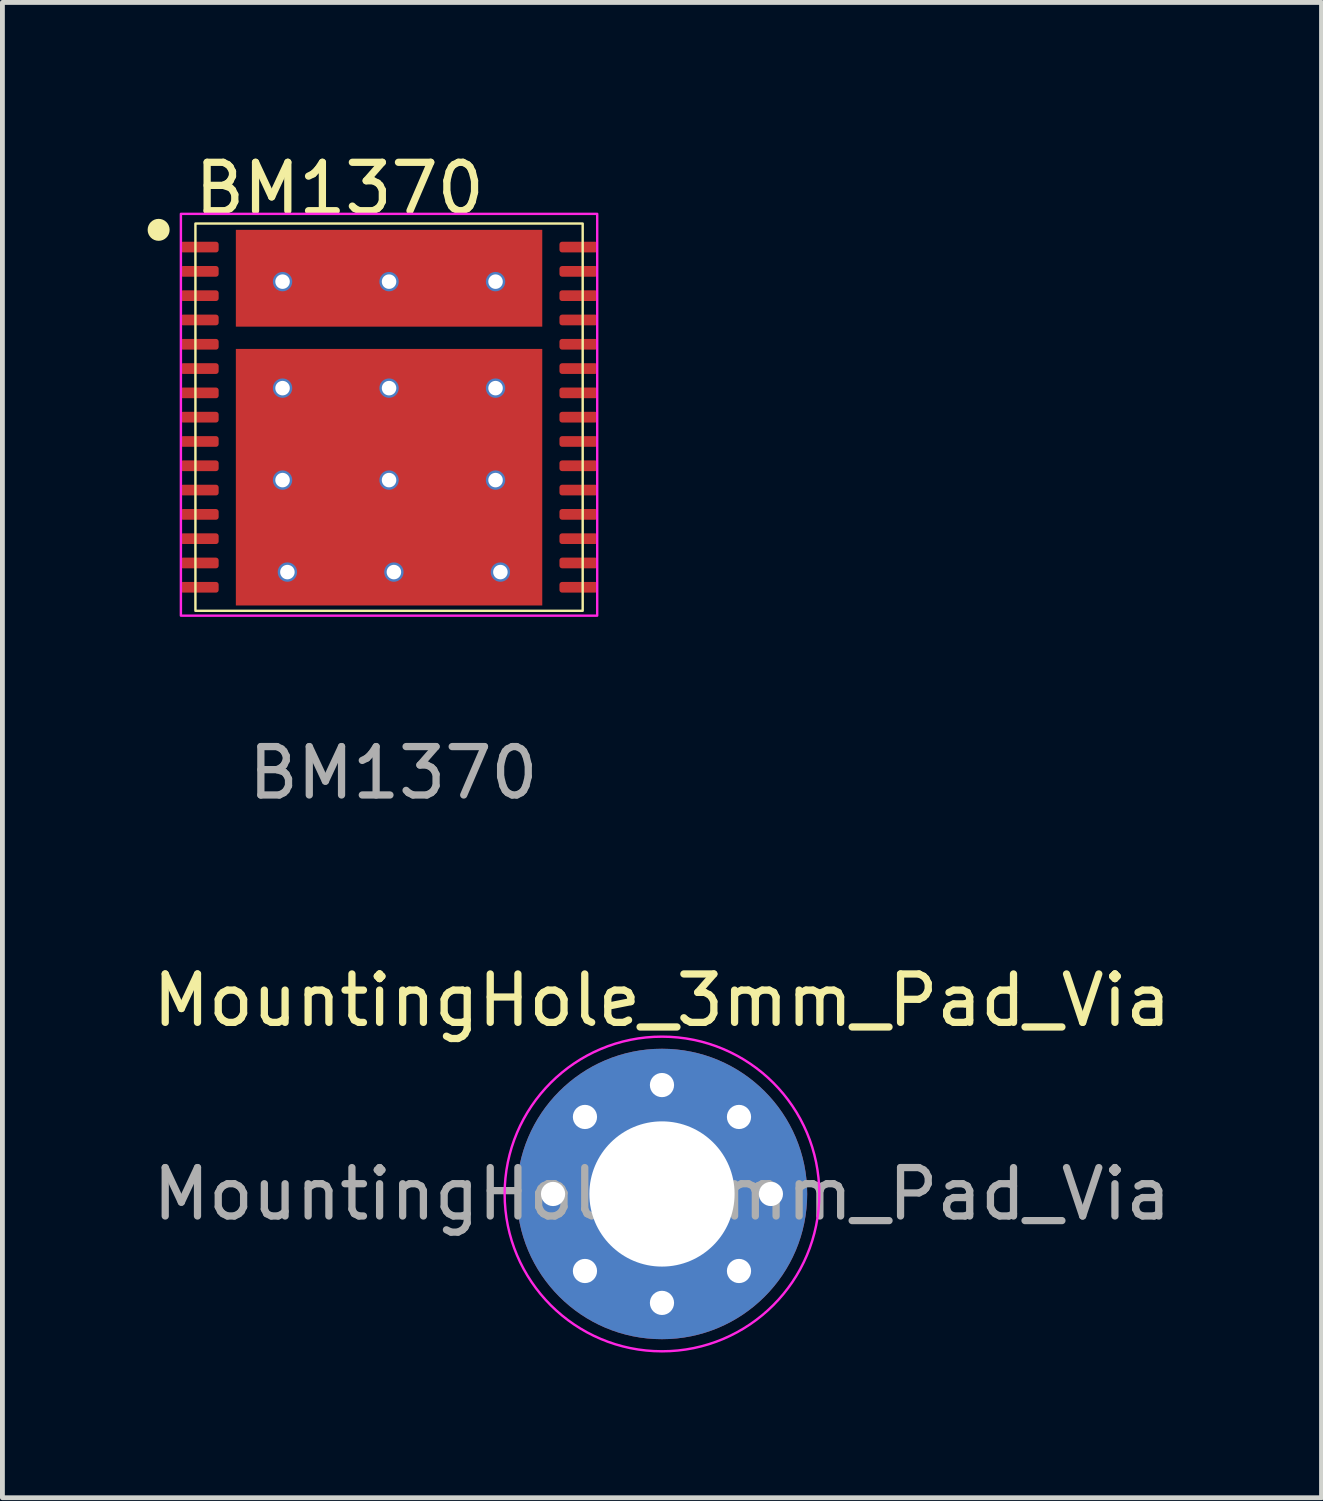
<source format=kicad_pcb>
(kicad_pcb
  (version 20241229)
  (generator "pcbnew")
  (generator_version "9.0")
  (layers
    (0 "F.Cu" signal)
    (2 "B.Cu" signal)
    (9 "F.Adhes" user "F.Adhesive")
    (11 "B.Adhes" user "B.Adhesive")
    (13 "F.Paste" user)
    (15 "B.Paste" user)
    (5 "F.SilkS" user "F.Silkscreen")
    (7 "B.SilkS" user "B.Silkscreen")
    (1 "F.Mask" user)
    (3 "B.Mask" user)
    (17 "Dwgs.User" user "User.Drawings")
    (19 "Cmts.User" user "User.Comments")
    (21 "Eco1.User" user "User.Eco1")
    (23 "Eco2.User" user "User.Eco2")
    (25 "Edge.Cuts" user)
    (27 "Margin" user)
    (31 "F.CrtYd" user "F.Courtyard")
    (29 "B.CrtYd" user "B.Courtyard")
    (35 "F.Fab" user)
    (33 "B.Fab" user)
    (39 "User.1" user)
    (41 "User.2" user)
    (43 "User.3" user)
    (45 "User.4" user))
  (footprint "MountingHole_3mm_Pad_Via"
    (layer "F.Cu")
    (at 10.625 21.615)
    (property "Reference" "MountingHole_3mm_Pad_Via" (at 0 -4 0) (layer "F.SilkS") (effects (font (size 1 1) (thickness 0.15))))
    (attr exclude_from_pos_files exclude_from_bom)
    (fp_circle (center 0 0) (end 1.5 0) (stroke (width 0.001) (type solid)) (fill no) (layer "Cmts.User"))
    (fp_circle (center 0 0) (end 3.25 0) (stroke (width 0.05) (type solid)) (fill no) (layer "F.CrtYd"))
    (fp_text user "${REFERENCE}" (at 0 0 0) (layer "F.Fab") (effects (font (size 1 1) (thickness 0.15))))
    (pad "1" thru_hole circle (at -2.25 0) (size 0.8 0.8) (drill 0.5) (layers "*.Cu" "*.Mask"))
    (pad "1" thru_hole circle (at -1.591 -1.591) (size 0.8 0.8) (drill 0.5) (layers "*.Cu" "*.Mask"))
    (pad "1" thru_hole circle (at -1.591 1.591) (size 0.8 0.8) (drill 0.5) (layers "*.Cu" "*.Mask"))
    (pad "1" thru_hole circle (at 0 -2.25) (size 0.8 0.8) (drill 0.5) (layers "*.Cu" "*.Mask"))
    (pad "1" thru_hole circle (at 0 0) (size 6 6) (drill 3) (layers "*.Cu" "*.Mask"))
    (pad "1" thru_hole circle (at 0 2.25) (size 0.8 0.8) (drill 0.5) (layers "*.Cu" "*.Mask"))
    (pad "1" thru_hole circle (at 1.591 -1.591) (size 0.8 0.8) (drill 0.5) (layers "*.Cu" "*.Mask"))
    (pad "1" thru_hole circle (at 1.591 1.591) (size 0.8 0.8) (drill 0.5) (layers "*.Cu" "*.Mask"))
    (pad "1" thru_hole circle (at 2.25 0) (size 0.8 0.8) (drill 0.5) (layers "*.Cu" "*.Mask")))
  (footprint "BM1370"
    (layer "F.Cu")
    (at 4.987 5.568)
    (property "Reference" "BM1370" (at -1.02 -4.72 0) (unlocked yes) (layer "F.SilkS") (effects (font (size 1 1) (thickness 0.15))))
    (attr smd)
    (fp_rect (start -1.33 1.95) (end -3.11 0.51) (stroke (width 0.12) (type solid)) (fill yes) (layer "F.Mask"))
    (fp_rect (start -1.32 -1.92) (end -3.1 -3.8) (stroke (width 0.12) (type solid)) (fill yes) (layer "F.Mask"))
    (fp_rect (start -1.32 0.11) (end -3.1 -1.33) (stroke (width 0.12) (type solid)) (fill yes) (layer "F.Mask"))
    (fp_rect (start -1.32 3.82) (end -3.1 2.38) (stroke (width 0.12) (type solid)) (fill yes) (layer "F.Mask"))
    (fp_rect (start 0.88 -1.94) (end -0.9 -3.81) (stroke (width 0.12) (type solid)) (fill yes) (layer "F.Mask"))
    (fp_rect (start 0.88 1.94) (end -0.9 0.5) (stroke (width 0.12) (type solid)) (fill yes) (layer "F.Mask"))
    (fp_rect (start 0.89 0.1) (end -0.89 -1.34) (stroke (width 0.12) (type solid)) (fill yes) (layer "F.Mask"))
    (fp_rect (start 0.89 3.81) (end -0.89 2.37) (stroke (width 0.12) (type solid)) (fill yes) (layer "F.Mask"))
    (fp_rect (start 3.09 -1.95) (end 1.31 -3.82) (stroke (width 0.12) (type solid)) (fill yes) (layer "F.Mask"))
    (fp_rect (start 3.09 1.94) (end 1.31 0.5) (stroke (width 0.12) (type solid)) (fill yes) (layer "F.Mask"))
    (fp_rect (start 3.1 0.1) (end 1.32 -1.34) (stroke (width 0.12) (type solid)) (fill yes) (layer "F.Mask"))
    (fp_rect (start 3.1 3.81) (end 1.32 2.37) (stroke (width 0.12) (type solid)) (fill yes) (layer "F.Mask"))
    (fp_rect (start 4 4) (end -4 -4) (stroke (width 0.05) (type default)) (fill no) (layer "F.SilkS"))
    (fp_circle (center -4.76 -3.87) (end -4.558 -3.87) (stroke (width 0.05) (type solid)) (fill yes) (layer "F.SilkS"))
    (fp_rect (start -1.4 -2) (end -3 -3.7) (stroke (width 0.001) (type solid)) (fill yes) (layer "F.Paste"))
    (fp_rect (start -1.4 0) (end -3 -1.2) (stroke (width 0.001) (type solid)) (fill yes) (layer "F.Paste"))
    (fp_rect (start -1.4 1.9) (end -3 0.6) (stroke (width 0.001) (type solid)) (fill yes) (layer "F.Paste"))
    (fp_rect (start -1.4 3.7) (end -3 2.5) (stroke (width 0.001) (type solid)) (fill yes) (layer "F.Paste"))
    (fp_rect (start 0.8 -2) (end -0.8 -3.7) (stroke (width 0.001) (type solid)) (fill yes) (layer "F.Paste"))
    (fp_rect (start 0.8 0) (end -0.8 -1.2) (stroke (width 0.001) (type solid)) (fill yes) (layer "F.Paste"))
    (fp_rect (start 0.8 1.9) (end -0.8 0.6) (stroke (width 0.001) (type solid)) (fill yes) (layer "F.Paste"))
    (fp_rect (start 0.8 3.7) (end -0.8 2.5) (stroke (width 0.001) (type solid)) (fill yes) (layer "F.Paste"))
    (fp_rect (start 3 -2) (end 1.4 -3.7) (stroke (width 0.001) (type solid)) (fill yes) (layer "F.Paste"))
    (fp_rect (start 3 0) (end 1.4 -1.2) (stroke (width 0.001) (type solid)) (fill yes) (layer "F.Paste"))
    (fp_rect (start 3 1.9) (end 1.4 0.6) (stroke (width 0.001) (type solid)) (fill yes) (layer "F.Paste"))
    (fp_rect (start 3 3.7) (end 1.4 2.5) (stroke (width 0.001) (type solid)) (fill yes) (layer "F.Paste"))
    (fp_rect (start -4.3 -4.2) (end 4.3 4.1) (stroke (width 0.05) (type default)) (fill no) (layer "F.CrtYd"))
    (fp_text user "${REFERENCE}" (at 0.09 7.35 0) (unlocked yes) (layer "F.Fab") (effects (font (size 1 1) (thickness 0.15))))
    (pad "1" smd roundrect (at -3.916 -3.514) (size 0.792 0.221) (layers "F.Cu" "F.Mask" "F.Paste") (roundrect_rratio 0.25))
    (pad "2" smd roundrect (at -3.916 -3.012) (size 0.792 0.221) (layers "F.Cu" "F.Mask" "F.Paste") (roundrect_rratio 0.25))
    (pad "3" smd roundrect (at -3.916 -2.51) (size 0.792 0.221) (layers "F.Cu" "F.Mask" "F.Paste") (roundrect_rratio 0.25))
    (pad "4" smd roundrect (at -3.916 -2.008) (size 0.792 0.221) (layers "F.Cu" "F.Mask" "F.Paste") (roundrect_rratio 0.25))
    (pad "5" smd roundrect (at -3.916 -1.506) (size 0.792 0.221) (layers "F.Cu" "F.Mask" "F.Paste") (roundrect_rratio 0.25))
    (pad "6" smd roundrect (at -3.916 -1.004) (size 0.792 0.221) (layers "F.Cu" "F.Mask" "F.Paste") (roundrect_rratio 0.25))
    (pad "7" smd roundrect (at -3.916 -0.502) (size 0.792 0.221) (layers "F.Cu" "F.Mask" "F.Paste") (roundrect_rratio 0.25))
    (pad "8" smd roundrect (at -3.916 0) (size 0.792 0.221) (layers "F.Cu" "F.Mask" "F.Paste") (roundrect_rratio 0.25))
    (pad "9" smd roundrect (at -3.916 0.502) (size 0.792 0.221) (layers "F.Cu" "F.Mask" "F.Paste") (roundrect_rratio 0.25))
    (pad "10" smd roundrect (at -3.916 1.004) (size 0.792 0.221) (layers "F.Cu" "F.Mask" "F.Paste") (roundrect_rratio 0.25))
    (pad "11" smd roundrect (at -3.916 1.506) (size 0.792 0.221) (layers "F.Cu" "F.Mask" "F.Paste") (roundrect_rratio 0.25))
    (pad "12" smd roundrect (at -3.916 2.008) (size 0.792 0.221) (layers "F.Cu" "F.Mask" "F.Paste") (roundrect_rratio 0.25))
    (pad "13" smd roundrect (at -3.916 2.51) (size 0.792 0.221) (layers "F.Cu" "F.Mask" "F.Paste") (roundrect_rratio 0.25))
    (pad "14" smd roundrect (at -3.916 3.012) (size 0.792 0.221) (layers "F.Cu" "F.Mask" "F.Paste") (roundrect_rratio 0.25))
    (pad "15" smd roundrect (at -3.916 3.514) (size 0.792 0.221) (layers "F.Cu" "F.Mask" "F.Paste") (roundrect_rratio 0.25))
    (pad "16" smd roundrect (at 3.916 3.514) (size 0.792 0.221) (layers "F.Cu" "F.Mask" "F.Paste") (roundrect_rratio 0.25))
    (pad "17" smd roundrect (at 3.916 3.012) (size 0.792 0.221) (layers "F.Cu" "F.Mask" "F.Paste") (roundrect_rratio 0.25))
    (pad "18" smd roundrect (at 3.916 2.51) (size 0.792 0.221) (layers "F.Cu" "F.Mask" "F.Paste") (roundrect_rratio 0.25))
    (pad "19" smd roundrect (at 3.916 2.008) (size 0.792 0.221) (layers "F.Cu" "F.Mask" "F.Paste") (roundrect_rratio 0.25))
    (pad "20" smd roundrect (at 3.916 1.506) (size 0.792 0.221) (layers "F.Cu" "F.Mask" "F.Paste") (roundrect_rratio 0.25))
    (pad "21" smd roundrect (at 3.916 1.004) (size 0.792 0.221) (layers "F.Cu" "F.Mask" "F.Paste") (roundrect_rratio 0.25))
    (pad "22" smd roundrect (at 3.916 0.502) (size 0.792 0.221) (layers "F.Cu" "F.Mask" "F.Paste") (roundrect_rratio 0.25))
    (pad "23" smd roundrect (at 3.916 0) (size 0.792 0.221) (layers "F.Cu" "F.Mask" "F.Paste") (roundrect_rratio 0.25))
    (pad "24" smd roundrect (at 3.916 -0.502) (size 0.792 0.221) (layers "F.Cu" "F.Mask" "F.Paste") (roundrect_rratio 0.25))
    (pad "25" smd roundrect (at 3.916 -1.004) (size 0.792 0.221) (layers "F.Cu" "F.Mask" "F.Paste") (roundrect_rratio 0.25))
    (pad "26" smd roundrect (at 3.916 -1.506) (size 0.792 0.221) (layers "F.Cu" "F.Mask" "F.Paste") (roundrect_rratio 0.25))
    (pad "27" smd roundrect (at 3.916 -2.008) (size 0.792 0.221) (layers "F.Cu" "F.Mask" "F.Paste") (roundrect_rratio 0.25))
    (pad "28" smd roundrect (at 3.916 -2.51) (size 0.792 0.221) (layers "F.Cu" "F.Mask" "F.Paste") (roundrect_rratio 0.25))
    (pad "29" smd roundrect (at 3.916 -3.012) (size 0.792 0.221) (layers "F.Cu" "F.Mask" "F.Paste") (roundrect_rratio 0.25))
    (pad "30" smd roundrect (at 3.916 -3.514) (size 0.792 0.221) (layers "F.Cu" "F.Mask" "F.Paste") (roundrect_rratio 0.25))
    (pad "31" smd rect (at 0 -2.87) (size 6.33 2) (layers "F.Cu"))
    (pad "32" smd rect (at 0 1.24) (size 6.33 5.3) (layers "F.Cu"))
    (pad "33" thru_hole circle (at -2.2 -2.8) (size 0.4 0.4) (drill 0.3) (layers "*.Cu" "*.Mask"))
    (pad "33" thru_hole circle (at -2.2 -0.6) (size 0.4 0.4) (drill 0.3) (layers "*.Cu" "*.Mask"))
    (pad "33" thru_hole circle (at -2.2 1.3) (size 0.4 0.4) (drill 0.3) (layers "*.Cu" "*.Mask"))
    (pad "33" thru_hole circle (at -2.1 3.2) (size 0.4 0.4) (drill 0.3) (layers "*.Cu" "*.Mask"))
    (pad "33" thru_hole circle (at 0 -2.8) (size 0.4 0.4) (drill 0.3) (layers "*.Cu" "*.Mask"))
    (pad "33" thru_hole circle (at 0 -0.6) (size 0.4 0.4) (drill 0.3) (layers "*.Cu" "*.Mask"))
    (pad "33" thru_hole circle (at 0 1.3) (size 0.4 0.4) (drill 0.3) (layers "*.Cu" "*.Mask"))
    (pad "33" thru_hole circle (at 0.1 3.2) (size 0.4 0.4) (drill 0.3) (layers "*.Cu" "*.Mask"))
    (pad "33" thru_hole circle (at 2.2 -2.8) (size 0.4 0.4) (drill 0.3) (layers "*.Cu" "*.Mask"))
    (pad "33" thru_hole circle (at 2.2 -0.6) (size 0.4 0.4) (drill 0.3) (layers "*.Cu" "*.Mask"))
    (pad "33" thru_hole circle (at 2.2 1.3) (size 0.4 0.4) (drill 0.3) (layers "*.Cu" "*.Mask"))
    (pad "33" thru_hole circle (at 2.3 3.2) (size 0.4 0.4) (drill 0.3) (layers "*.Cu" "*.Mask")))
  (gr_rect
    (start -3 -3)
    (end 24.25 27.89)
    (stroke (width 0.1) (type default))
    (fill no)
    (layer "Edge.Cuts")))
</source>
